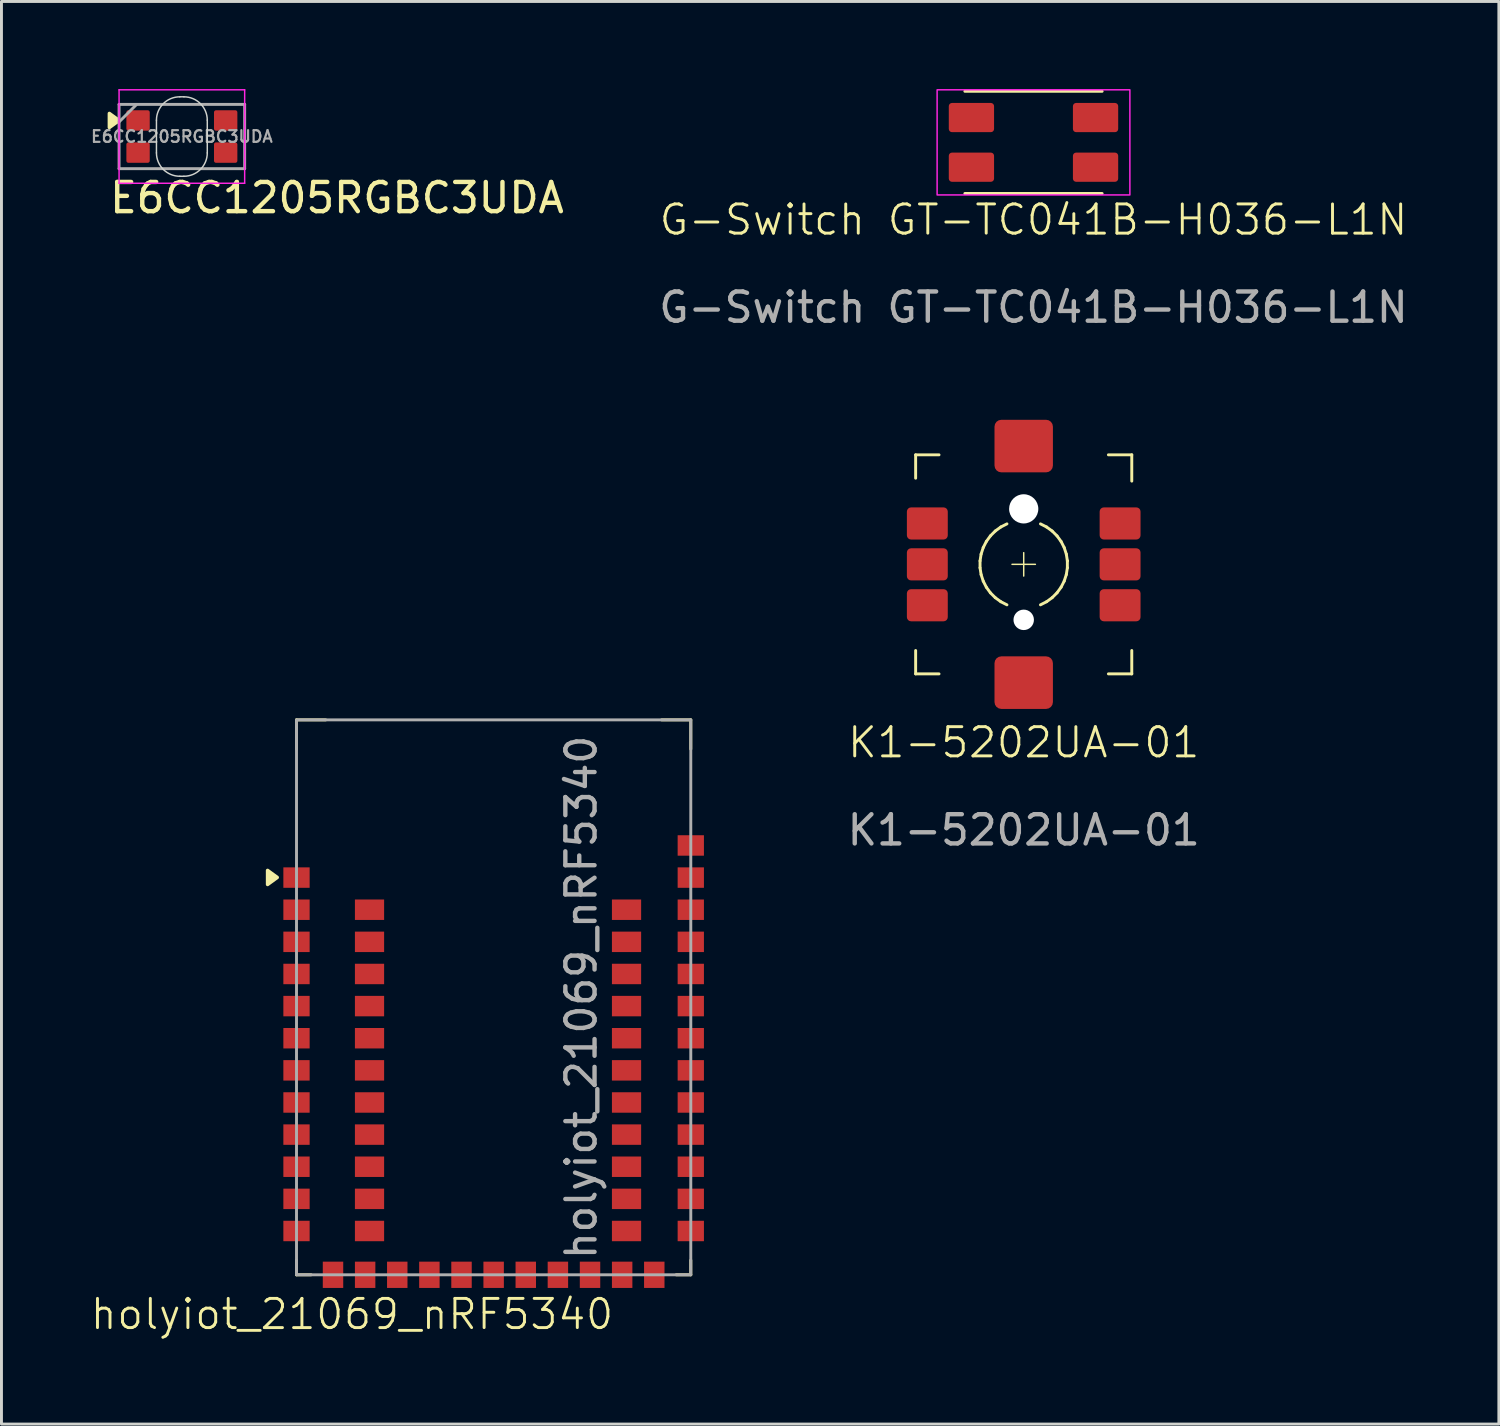
<source format=kicad_pcb>
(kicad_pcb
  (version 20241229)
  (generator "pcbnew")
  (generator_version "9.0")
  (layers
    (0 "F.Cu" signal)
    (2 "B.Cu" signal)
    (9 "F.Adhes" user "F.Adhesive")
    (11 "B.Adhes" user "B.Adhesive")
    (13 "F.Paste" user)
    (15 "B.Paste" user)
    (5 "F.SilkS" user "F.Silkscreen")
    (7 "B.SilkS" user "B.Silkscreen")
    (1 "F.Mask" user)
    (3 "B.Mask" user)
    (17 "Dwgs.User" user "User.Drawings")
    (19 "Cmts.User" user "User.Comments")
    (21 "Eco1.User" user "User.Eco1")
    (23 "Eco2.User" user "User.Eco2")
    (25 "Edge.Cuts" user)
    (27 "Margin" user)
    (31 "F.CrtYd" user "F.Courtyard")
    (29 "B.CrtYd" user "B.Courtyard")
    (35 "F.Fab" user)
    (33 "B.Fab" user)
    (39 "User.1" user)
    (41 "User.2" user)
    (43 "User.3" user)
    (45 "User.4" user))
  (footprint "holyiot_21069_nRF5340"
    (layer "F.Cu")
    (at 13.852 30.323)
    (property "Reference" "holyiot_21069_nRF5340" (at -4.85 11.625 0) (unlocked yes) (layer "F.SilkS") (effects (font (size 1 1) (thickness 0.1))))
    (attr smd)
    (fp_line (start -6.75 -8.725) (end -5.75 -8.725) (stroke (width 0.1) (type default)) (layer "F.SilkS"))
    (fp_line (start -6.75 -7.725) (end -6.75 -8.725) (stroke (width 0.1) (type default)) (layer "F.SilkS"))
    (fp_line (start -6.75 10.275) (end -6.75 9.775) (stroke (width 0.1) (type default)) (layer "F.SilkS"))
    (fp_line (start -6.25 10.275) (end -6.75 10.275) (stroke (width 0.1) (type default)) (layer "F.SilkS"))
    (fp_line (start 5.75 -8.725) (end 6.75 -8.725) (stroke (width 0.1) (type default)) (layer "F.SilkS"))
    (fp_line (start 6.75 -8.725) (end 6.75 -7.725) (stroke (width 0.1) (type default)) (layer "F.SilkS"))
    (fp_line (start 6.75 9.775) (end 6.75 10.275) (stroke (width 0.1) (type default)) (layer "F.SilkS"))
    (fp_line (start 6.75 10.275) (end 6.25 10.275) (stroke (width 0.1) (type default)) (layer "F.SilkS"))
    (fp_poly (pts (xy -7.41 -3.33) (xy -7.74 -3.09) (xy -7.74 -3.57) (xy -7.41 -3.33)) (stroke (width 0.12) (type solid)) (fill yes) (layer "F.SilkS"))
    (fp_rect (start -6.75 -8.725) (end 6.75 10.275) (stroke (width 0.1) (type default)) (fill no) (layer "F.Fab"))
    (fp_text user "${REFERENCE}" (at 3 0.775 90) (unlocked yes) (layer "F.Fab") (effects (font (size 1 1) (thickness 0.15))))
    (pad "1" smd rect (at -6.75 -3.325 90) (size 0.7 0.9) (layers "F.Cu" "F.Mask" "F.Paste"))
    (pad "2" smd rect (at -6.75 -2.225 90) (size 0.7 0.9) (layers "F.Cu" "F.Mask" "F.Paste"))
    (pad "3" smd rect (at -6.75 -1.125 90) (size 0.7 0.9) (layers "F.Cu" "F.Mask" "F.Paste"))
    (pad "4" smd rect (at -6.75 -0.025 90) (size 0.7 0.9) (layers "F.Cu" "F.Mask" "F.Paste"))
    (pad "5" smd rect (at -6.75 1.075 90) (size 0.7 0.9) (layers "F.Cu" "F.Mask" "F.Paste"))
    (pad "6" smd rect (at -6.75 2.175 90) (size 0.7 0.9) (layers "F.Cu" "F.Mask" "F.Paste"))
    (pad "7" smd rect (at -6.75 3.275 90) (size 0.7 0.9) (layers "F.Cu" "F.Mask" "F.Paste"))
    (pad "8" smd rect (at -6.75 4.375 90) (size 0.7 0.9) (layers "F.Cu" "F.Mask" "F.Paste"))
    (pad "9" smd rect (at -6.75 5.475 90) (size 0.7 0.9) (layers "F.Cu" "F.Mask" "F.Paste"))
    (pad "10" smd rect (at -6.75 6.575 90) (size 0.7 0.9) (layers "F.Cu" "F.Mask" "F.Paste"))
    (pad "11" smd rect (at -6.75 7.675 90) (size 0.7 0.9) (layers "F.Cu" "F.Mask" "F.Paste"))
    (pad "12" smd rect (at -6.75 8.775 90) (size 0.7 0.9) (layers "F.Cu" "F.Mask" "F.Paste"))
    (pad "13" smd rect (at -5.5 10.275) (size 0.7 0.9) (layers "F.Cu" "F.Mask" "F.Paste"))
    (pad "14" smd rect (at -4.4 10.275) (size 0.7 0.9) (layers "F.Cu" "F.Mask" "F.Paste"))
    (pad "15" smd rect (at -3.3 10.275) (size 0.7 0.9) (layers "F.Cu" "F.Mask" "F.Paste"))
    (pad "16" smd rect (at -2.2 10.275) (size 0.7 0.9) (layers "F.Cu" "F.Mask" "F.Paste"))
    (pad "17" smd rect (at -1.1 10.275) (size 0.7 0.9) (layers "F.Cu" "F.Mask" "F.Paste"))
    (pad "18" smd rect (at 0 10.275) (size 0.7 0.9) (layers "F.Cu" "F.Mask" "F.Paste"))
    (pad "19" smd rect (at 1.1 10.275) (size 0.7 0.9) (layers "F.Cu" "F.Mask" "F.Paste"))
    (pad "20" smd rect (at 2.2 10.275) (size 0.7 0.9) (layers "F.Cu" "F.Mask" "F.Paste"))
    (pad "21" smd rect (at 3.3 10.275) (size 0.7 0.9) (layers "F.Cu" "F.Mask" "F.Paste"))
    (pad "22" smd rect (at 4.4 10.275) (size 0.7 0.9) (layers "F.Cu" "F.Mask" "F.Paste"))
    (pad "23" smd rect (at 5.5 10.275) (size 0.7 0.9) (layers "F.Cu" "F.Mask" "F.Paste"))
    (pad "24" smd rect (at 6.75 8.775 90) (size 0.7 0.9) (layers "F.Cu" "F.Mask" "F.Paste"))
    (pad "25" smd rect (at 6.75 7.675 90) (size 0.7 0.9) (layers "F.Cu" "F.Mask" "F.Paste"))
    (pad "26" smd rect (at 6.75 6.575 90) (size 0.7 0.9) (layers "F.Cu" "F.Mask" "F.Paste"))
    (pad "27" smd rect (at 6.75 5.475 90) (size 0.7 0.9) (layers "F.Cu" "F.Mask" "F.Paste"))
    (pad "28" smd rect (at 6.75 4.375 90) (size 0.7 0.9) (layers "F.Cu" "F.Mask" "F.Paste"))
    (pad "29" smd rect (at 6.75 3.275 90) (size 0.7 0.9) (layers "F.Cu" "F.Mask" "F.Paste"))
    (pad "30" smd rect (at 6.75 2.175 90) (size 0.7 0.9) (layers "F.Cu" "F.Mask" "F.Paste"))
    (pad "31" smd rect (at 6.75 1.075 90) (size 0.7 0.9) (layers "F.Cu" "F.Mask" "F.Paste"))
    (pad "32" smd rect (at 6.75 -0.025 90) (size 0.7 0.9) (layers "F.Cu" "F.Mask" "F.Paste"))
    (pad "33" smd rect (at 6.75 -1.125 90) (size 0.7 0.9) (layers "F.Cu" "F.Mask" "F.Paste"))
    (pad "34" smd rect (at 6.75 -2.225 90) (size 0.7 0.9) (layers "F.Cu" "F.Mask" "F.Paste"))
    (pad "35" smd rect (at 6.75 -3.325 90) (size 0.7 0.9) (layers "F.Cu" "F.Mask" "F.Paste"))
    (pad "36" smd rect (at 6.75 -4.425 90) (size 0.7 0.9) (layers "F.Cu" "F.Mask" "F.Paste"))
    (pad "37" smd rect (at -4.25 -2.225) (size 1 0.7) (layers "F.Cu" "F.Mask" "F.Paste"))
    (pad "38" smd rect (at -4.25 -1.125) (size 1 0.7) (layers "F.Cu" "F.Mask" "F.Paste"))
    (pad "39" smd rect (at -4.25 -0.025) (size 1 0.7) (layers "F.Cu" "F.Mask" "F.Paste"))
    (pad "40" smd rect (at -4.25 1.075) (size 1 0.7) (layers "F.Cu" "F.Mask" "F.Paste"))
    (pad "41" smd rect (at -4.25 2.175) (size 1 0.7) (layers "F.Cu" "F.Mask" "F.Paste"))
    (pad "42" smd rect (at -4.25 3.275) (size 1 0.7) (layers "F.Cu" "F.Mask" "F.Paste"))
    (pad "43" smd rect (at -4.25 4.375) (size 1 0.7) (layers "F.Cu" "F.Mask" "F.Paste"))
    (pad "44" smd rect (at -4.25 5.475) (size 1 0.7) (layers "F.Cu" "F.Mask" "F.Paste"))
    (pad "45" smd rect (at -4.25 6.575) (size 1 0.7) (layers "F.Cu" "F.Mask" "F.Paste"))
    (pad "46" smd rect (at -4.25 7.675) (size 1 0.7) (layers "F.Cu" "F.Mask" "F.Paste"))
    (pad "47" smd rect (at -4.25 8.775) (size 1 0.7) (layers "F.Cu" "F.Mask" "F.Paste"))
    (pad "48" smd rect (at 4.55 8.775) (size 1 0.7) (layers "F.Cu" "F.Mask" "F.Paste"))
    (pad "49" smd rect (at 4.55 7.675) (size 1 0.7) (layers "F.Cu" "F.Mask" "F.Paste"))
    (pad "50" smd rect (at 4.55 6.575) (size 1 0.7) (layers "F.Cu" "F.Mask" "F.Paste"))
    (pad "51" smd rect (at 4.55 5.475) (size 1 0.7) (layers "F.Cu" "F.Mask" "F.Paste"))
    (pad "52" smd rect (at 4.55 4.375) (size 1 0.7) (layers "F.Cu" "F.Mask" "F.Paste"))
    (pad "53" smd rect (at 4.55 3.275) (size 1 0.7) (layers "F.Cu" "F.Mask" "F.Paste"))
    (pad "54" smd rect (at 4.55 2.175) (size 1 0.7) (layers "F.Cu" "F.Mask" "F.Paste"))
    (pad "55" smd rect (at 4.55 1.075) (size 1 0.7) (layers "F.Cu" "F.Mask" "F.Paste"))
    (pad "56" smd rect (at 4.55 -0.025) (size 1 0.7) (layers "F.Cu" "F.Mask" "F.Paste"))
    (pad "57" smd rect (at 4.55 -1.125) (size 1 0.7) (layers "F.Cu" "F.Mask" "F.Paste"))
    (pad "58" smd rect (at 4.55 -2.225) (size 1 0.7) (layers "F.Cu" "F.Mask" "F.Paste"))
    (zone (net_name "") (layers "F.Cu" "B.Cu") (hatch edge 0.5) (connect_pads) (min_thickness 0.25) (filled_areas_thickness no) (keepout (tracks not_allowed) (vias not_allowed) (pads not_allowed) (copperpour not_allowed) (footprints allowed)) (placement (enabled no)) (fill) (polygon (pts (xy 22.852 24.823) (xy 22.852 11.323) (xy 4.852 11.323) (xy 4.852 24.798)))))
  (footprint "G-Switch GT-TC041B-H036-L1N"
    (layer "F.Cu")
    (at 32.336 1.825)
    (property "Reference" "G-Switch GT-TC041B-H036-L1N" (at 0 2.65 0) (unlocked yes) (layer "F.SilkS") (effects (font (size 1 1) (thickness 0.1))))
    (attr smd)
    (fp_line (start -2.35 -1.75) (end 2.35 -1.75) (stroke (width 0.1) (type solid)) (layer "F.SilkS"))
    (fp_line (start -2.35 1.75) (end 2.35 1.75) (stroke (width 0.1) (type solid)) (layer "F.SilkS"))
    (fp_rect (start -3.3 -1.8) (end 3.3 1.8) (stroke (width 0.05) (type default)) (fill no) (layer "F.CrtYd"))
    (fp_text user "${REFERENCE}" (at 0 5.65 0) (unlocked yes) (layer "F.Fab") (effects (font (size 1 1) (thickness 0.15))))
    (pad "1" smd roundrect (at -2.125 -0.85) (size 1.55 1) (layers "F.Cu" "F.Mask" "F.Paste") (roundrect_rratio 0.11))
    (pad "1" smd roundrect (at 2.125 -0.85) (size 1.55 1) (layers "F.Cu" "F.Mask" "F.Paste") (roundrect_rratio 0.11))
    (pad "2" smd roundrect (at -2.125 0.85) (size 1.55 1) (layers "F.Cu" "F.Mask" "F.Paste") (roundrect_rratio 0.11))
    (pad "2" smd roundrect (at 2.125 0.85) (size 1.55 1) (layers "F.Cu" "F.Mask" "F.Paste") (roundrect_rratio 0.11)))
  (footprint "E6CC1205RGBC3UDA"
    (layer "F.Cu")
    (at 3.177 1.625)
    (property "Reference" "E6CC1205RGBC3UDA" (at -2.55 2.1 0) (layer "F.SilkS") (effects (font (size 1 1) (thickness 0.15)) (justify left)))
    (attr smd)
    (fp_poly (pts (xy -2.152 -0.55) (xy -2.482 -0.31) (xy -2.482 -0.79) (xy -2.152 -0.55)) (stroke (width 0.12) (type solid)) (fill yes) (layer "F.SilkS"))
    (fp_line (start -0.87 -0.56) (end -0.87 0.56) (stroke (width 0.05) (type solid)) (layer "Edge.Cuts"))
    (fp_line (start 0.07 -1.36) (end -0.07 -1.36) (stroke (width 0.05) (type solid)) (layer "Edge.Cuts"))
    (fp_line (start 0.07 1.36) (end -0.07 1.36) (stroke (width 0.05) (type solid)) (layer "Edge.Cuts"))
    (fp_line (start 0.87 -0.56) (end 0.87 0.56) (stroke (width 0.05) (type solid)) (layer "Edge.Cuts"))
    (fp_arc (start -0.87 -0.56) (mid -0.635685 -1.125685) (end -0.07 -1.36) (stroke (width 0.05) (type default)) (layer "Edge.Cuts"))
    (fp_arc (start -0.07 1.36) (mid -0.635685 1.125685) (end -0.87 0.56) (stroke (width 0.05) (type default)) (layer "Edge.Cuts"))
    (fp_arc (start 0.07 -1.36) (mid 0.635685 -1.125685) (end 0.87 -0.56) (stroke (width 0.05) (type default)) (layer "Edge.Cuts"))
    (fp_arc (start 0.87 0.56) (mid 0.635685 1.125685) (end 0.07 1.36) (stroke (width 0.05) (type default)) (layer "Edge.Cuts"))
    (fp_line (start -2.15 -1.6) (end 2.15 -1.6) (stroke (width 0.05) (type solid)) (layer "F.CrtYd"))
    (fp_line (start -2.15 1.6) (end -2.15 -1.6) (stroke (width 0.05) (type solid)) (layer "F.CrtYd"))
    (fp_line (start 2.15 -1.6) (end 2.15 1.6) (stroke (width 0.05) (type solid)) (layer "F.CrtYd"))
    (fp_line (start 2.15 1.6) (end -2.15 1.6) (stroke (width 0.05) (type solid)) (layer "F.CrtYd"))
    (fp_line (start -2.15 -1.1) (end 2.15 -1.1) (stroke (width 0.1) (type default)) (layer "F.Fab"))
    (fp_line (start -2.15 -0.5) (end -1.55 -1.1) (stroke (width 0.1) (type default)) (layer "F.Fab"))
    (fp_line (start -2.15 1.1) (end -2.15 -1.1) (stroke (width 0.1) (type default)) (layer "F.Fab"))
    (fp_line (start 2.15 -1.1) (end 2.15 1.1) (stroke (width 0.1) (type default)) (layer "F.Fab"))
    (fp_line (start 2.15 1.1) (end -2.15 1.1) (stroke (width 0.1) (type default)) (layer "F.Fab"))
    (fp_text user "${REFERENCE}" (at 0 0 0) (layer "F.Fab") (effects (font (size 0.4 0.4) (thickness 0.075) (bold yes))))
    (pad "1" smd roundrect (at 1.5 -0.55 270) (size 0.7 0.8) (layers "F.Cu" "F.Mask" "F.Paste") (roundrect_rratio 0.1))
    (pad "2" smd roundrect (at -1.5 -0.55 270) (size 0.7 0.8) (layers "F.Cu" "F.Mask" "F.Paste") (roundrect_rratio 0.1))
    (pad "3" smd roundrect (at 1.5 0.55 270) (size 0.7 0.8) (layers "F.Cu" "F.Mask" "F.Paste") (roundrect_rratio 0.1))
    (pad "4" smd roundrect (at -1.5 0.55 270) (size 0.7 0.8) (layers "F.Cu" "F.Mask" "F.Paste") (roundrect_rratio 0.1)))
  (footprint "K1-5202UA-01"
    (layer "F.Cu")
    (at 32.001 16.273)
    (property "Reference" "K1-5202UA-01" (at 0 6.1 0) (unlocked yes) (layer "F.SilkS") (effects (font (size 1 1) (thickness 0.1))))
    (attr smd)
    (fp_line (start -3.7 -3.75) (end -2.9 -3.75) (stroke (width 0.1) (type default)) (layer "F.SilkS"))
    (fp_line (start -3.7 -2.95) (end -3.7 -3.75) (stroke (width 0.1) (type default)) (layer "F.SilkS"))
    (fp_line (start -3.7 3.75) (end -3.7 2.95) (stroke (width 0.1) (type default)) (layer "F.SilkS"))
    (fp_line (start -2.9 3.75) (end -3.7 3.75) (stroke (width 0.1) (type default)) (layer "F.SilkS"))
    (fp_line (start -1.495 -0.118) (end -1.495 0.118) (stroke (width 0.1) (type default)) (layer "F.SilkS"))
    (fp_line (start -1.495 0.118) (end -1.459 0.35) (stroke (width 0.1) (type default)) (layer "F.SilkS"))
    (fp_line (start -1.459 -0.35) (end -1.495 -0.118) (stroke (width 0.1) (type default)) (layer "F.SilkS"))
    (fp_line (start -1.459 0.35) (end -1.386 0.574) (stroke (width 0.1) (type default)) (layer "F.SilkS"))
    (fp_line (start -1.386 -0.574) (end -1.459 -0.35) (stroke (width 0.1) (type default)) (layer "F.SilkS"))
    (fp_line (start -1.386 0.574) (end -1.279 0.784) (stroke (width 0.1) (type default)) (layer "F.SilkS"))
    (fp_line (start -1.279 -0.784) (end -1.386 -0.574) (stroke (width 0.1) (type default)) (layer "F.SilkS"))
    (fp_line (start -1.279 0.784) (end -1.141 0.974) (stroke (width 0.1) (type default)) (layer "F.SilkS"))
    (fp_line (start -1.141 -0.974) (end -1.279 -0.784) (stroke (width 0.1) (type default)) (layer "F.SilkS"))
    (fp_line (start -1.141 0.974) (end -0.974 1.141) (stroke (width 0.1) (type default)) (layer "F.SilkS"))
    (fp_line (start -0.974 -1.141) (end -1.141 -0.974) (stroke (width 0.1) (type default)) (layer "F.SilkS"))
    (fp_line (start -0.974 1.141) (end -0.784 1.279) (stroke (width 0.1) (type default)) (layer "F.SilkS"))
    (fp_line (start -0.784 -1.279) (end -0.974 -1.141) (stroke (width 0.1) (type default)) (layer "F.SilkS"))
    (fp_line (start -0.784 1.279) (end -0.574 1.386) (stroke (width 0.1) (type default)) (layer "F.SilkS"))
    (fp_line (start -0.574 -1.386) (end -0.784 -1.279) (stroke (width 0.1) (type default)) (layer "F.SilkS"))
    (fp_line (start -0.4 0) (end 0.4 0) (stroke (width 0.05) (type solid)) (layer "F.SilkS"))
    (fp_line (start 0 0.4) (end 0 -0.4) (stroke (width 0.05) (type solid)) (layer "F.SilkS"))
    (fp_line (start 0.574 1.386) (end 0.784 1.279) (stroke (width 0.1) (type default)) (layer "F.SilkS"))
    (fp_line (start 0.784 -1.279) (end 0.574 -1.386) (stroke (width 0.1) (type default)) (layer "F.SilkS"))
    (fp_line (start 0.784 1.279) (end 0.974 1.141) (stroke (width 0.1) (type default)) (layer "F.SilkS"))
    (fp_line (start 0.974 -1.141) (end 0.784 -1.279) (stroke (width 0.1) (type default)) (layer "F.SilkS"))
    (fp_line (start 0.974 1.141) (end 1.141 0.974) (stroke (width 0.1) (type default)) (layer "F.SilkS"))
    (fp_line (start 1.141 -0.974) (end 0.974 -1.141) (stroke (width 0.1) (type default)) (layer "F.SilkS"))
    (fp_line (start 1.141 0.974) (end 1.279 0.784) (stroke (width 0.1) (type default)) (layer "F.SilkS"))
    (fp_line (start 1.279 -0.784) (end 1.141 -0.974) (stroke (width 0.1) (type default)) (layer "F.SilkS"))
    (fp_line (start 1.279 0.784) (end 1.386 0.574) (stroke (width 0.1) (type default)) (layer "F.SilkS"))
    (fp_line (start 1.386 -0.574) (end 1.279 -0.784) (stroke (width 0.1) (type default)) (layer "F.SilkS"))
    (fp_line (start 1.386 0.574) (end 1.459 0.35) (stroke (width 0.1) (type default)) (layer "F.SilkS"))
    (fp_line (start 1.459 -0.35) (end 1.386 -0.574) (stroke (width 0.1) (type default)) (layer "F.SilkS"))
    (fp_line (start 1.459 0.35) (end 1.495 0.118) (stroke (width 0.1) (type default)) (layer "F.SilkS"))
    (fp_line (start 1.495 -0.118) (end 1.459 -0.35) (stroke (width 0.1) (type default)) (layer "F.SilkS"))
    (fp_line (start 1.495 -0.118) (end 1.495 -0.118) (stroke (width 0.1) (type default)) (layer "F.SilkS"))
    (fp_line (start 1.495 0.118) (end 1.495 -0.118) (stroke (width 0.1) (type default)) (layer "F.SilkS"))
    (fp_line (start 2.9 -3.75) (end 3.7 -3.75) (stroke (width 0.1) (type default)) (layer "F.SilkS"))
    (fp_line (start 3.7 -3.75) (end 3.7 -2.85) (stroke (width 0.1) (type default)) (layer "F.SilkS"))
    (fp_line (start 3.7 2.95) (end 3.7 3.75) (stroke (width 0.1) (type default)) (layer "F.SilkS"))
    (fp_line (start 3.7 3.75) (end 2.9 3.75) (stroke (width 0.1) (type default)) (layer "F.SilkS"))
    (fp_text user "${REFERENCE}" (at 0 9.1 0) (unlocked yes) (layer "F.Fab") (effects (font (size 1 1) (thickness 0.15))))
    (pad "" np_thru_hole circle (at 0 -1.9) (size 1 1) (drill 1) (layers "*.Cu" "*.Mask"))
    (pad "" np_thru_hole circle (at 0 1.9) (size 0.7 0.7) (drill 0.7) (layers "*.Cu" "*.Mask"))
    (pad "1" smd roundrect (at 3.3 1.4) (size 1.4 1.1) (layers "F.Cu" "F.Mask" "F.Paste") (roundrect_rratio 0.13))
    (pad "2" smd roundrect (at 3.3 0) (size 1.4 1.1) (layers "F.Cu" "F.Mask" "F.Paste") (roundrect_rratio 0.13))
    (pad "3" smd roundrect (at 3.3 -1.4) (size 1.4 1.1) (layers "F.Cu" "F.Mask" "F.Paste") (roundrect_rratio 0.13))
    (pad "4" smd roundrect (at -3.3 1.4) (size 1.4 1.1) (layers "F.Cu" "F.Mask" "F.Paste") (roundrect_rratio 0.13))
    (pad "5" smd roundrect (at -3.3 0) (size 1.4 1.1) (layers "F.Cu" "F.Mask" "F.Paste") (roundrect_rratio 0.13))
    (pad "6" smd roundrect (at -3.3 -1.4) (size 1.4 1.1) (layers "F.Cu" "F.Mask" "F.Paste") (roundrect_rratio 0.13))
    (pad "MP" smd roundrect (at 0 -4.05) (size 2 1.8) (layers "F.Cu" "F.Mask" "F.Paste") (roundrect_rratio 0.13))
    (pad "MP" smd roundrect (at 0 4.05) (size 2 1.8) (layers "F.Cu" "F.Mask" "F.Paste") (roundrect_rratio 0.13)))
  (gr_rect
    (start -3 -3)
    (end 48.27 45.709)
    (stroke (width 0.1) (type default))
    (fill no)
    (layer "Edge.Cuts")))
</source>
